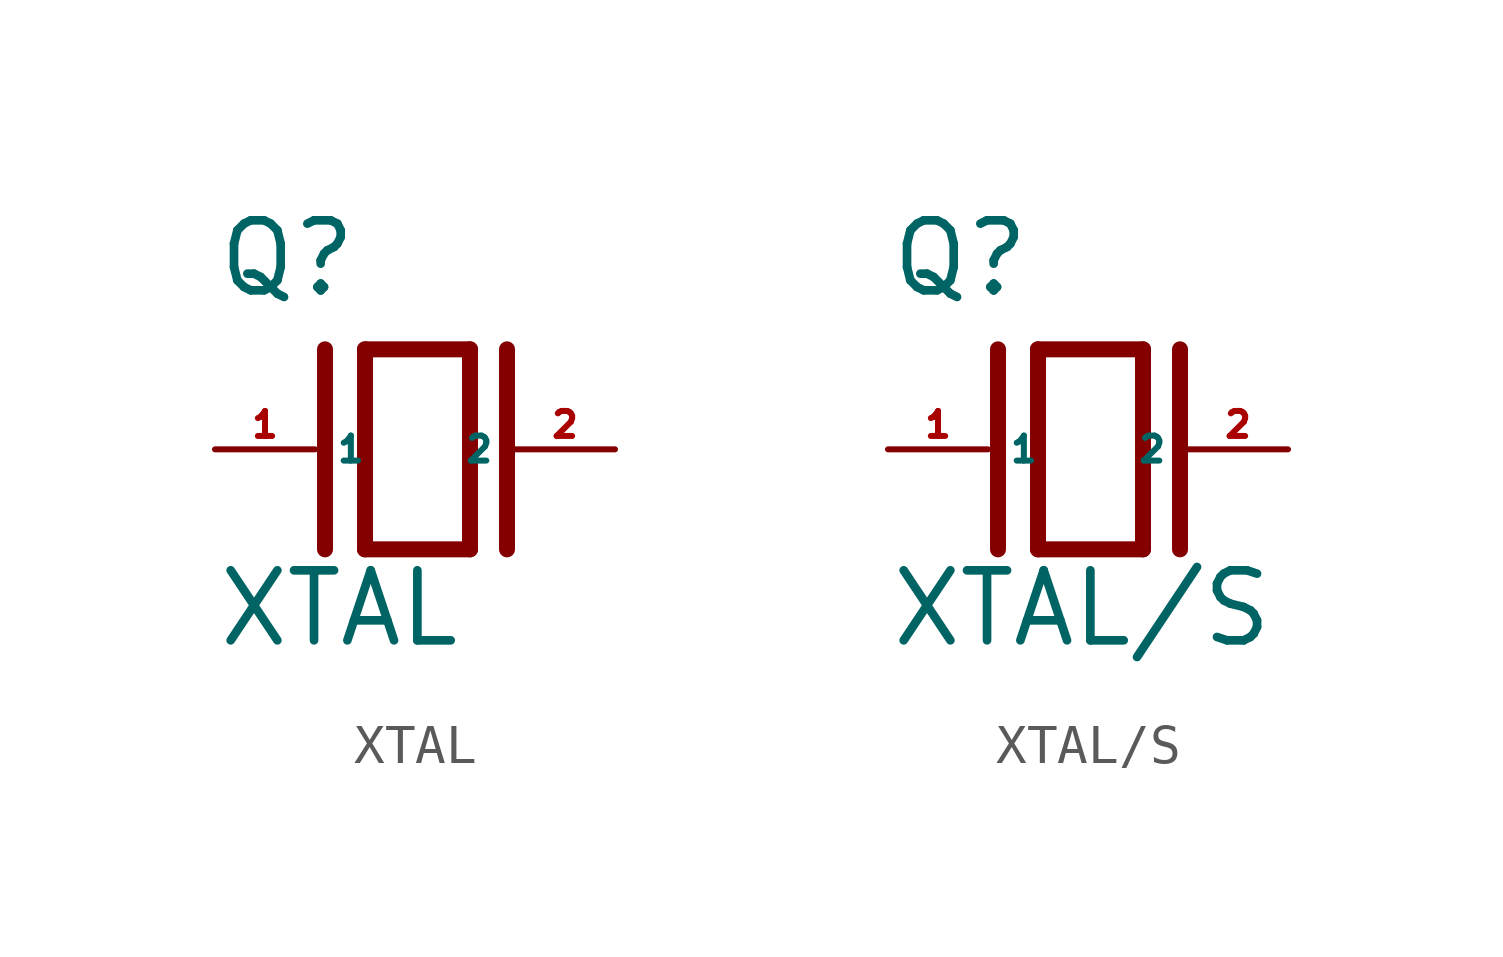
<source format=kicad_sym>
(kicad_symbol_lib
  (version 20220914)
  (generator Eagle2Kicad)
  (symbol "XTAL"
    (property "Reference" "Q"
      (at -5.08 3.81 0)
      (effects (font (size 1.778 1.778) (thickness 0.22)) (justify left bottom)))
    (property "Value" "XTAL"
      (at -5.08 -5.08 0)
      (effects (font (size 1.778 1.778) (thickness 0.22)) (justify left bottom)))
    (polyline
      (pts (xy -1.27 2.54) (xy 1.397 2.54))
      (stroke (width 0.406) (type default))
      (fill (type none)))
    (polyline
      (pts (xy 1.397 2.54) (xy 1.397 -2.54))
      (stroke (width 0.406) (type default))
      (fill (type none)))
    (polyline
      (pts (xy 1.397 -2.54) (xy -1.27 -2.54))
      (stroke (width 0.406) (type default))
      (fill (type none)))
    (polyline
      (pts (xy -1.27 2.54) (xy -1.27 -2.54))
      (stroke (width 0.406) (type default))
      (fill (type none)))
    (polyline
      (pts (xy 2.337 2.54) (xy 2.337 -2.54))
      (stroke (width 0.406) (type default))
      (fill (type none)))
    (polyline
      (pts (xy -2.286 2.54) (xy -2.286 -2.54))
      (stroke (width 0.406) (type default))
      (fill (type none)))
    (pin passive line
      (at 5.08 0 180)
      (length 2.54)
      (name "2" (effects (font (size 0.635 0.635) (thickness 0.08)) (justify left bottom)))
      (number "2" (effects (font (size 0.635 0.635) (thickness 0.08)) (justify left bottom))))
    (pin passive line
      (at -5.08 0 0)
      (length 2.54)
      (name "1" (effects (font (size 0.635 0.635) (thickness 0.08)) (justify left bottom)))
      (number "1" (effects (font (size 0.635 0.635) (thickness 0.08)) (justify left bottom)))))
  (symbol "XTAL/S"
    (property "Reference" "Q"
      (at -5.08 3.81 0)
      (effects (font (size 1.778 1.778) (thickness 0.22)) (justify left bottom)))
    (property "Value" "XTAL/S"
      (at -5.08 -5.08 0)
      (effects (font (size 1.778 1.778) (thickness 0.22)) (justify left bottom)))
    (polyline
      (pts (xy -1.27 2.54) (xy 1.397 2.54))
      (stroke (width 0.406) (type default))
      (fill (type none)))
    (polyline
      (pts (xy 1.397 2.54) (xy 1.397 -2.54))
      (stroke (width 0.406) (type default))
      (fill (type none)))
    (polyline
      (pts (xy 1.397 -2.54) (xy -1.27 -2.54))
      (stroke (width 0.406) (type default))
      (fill (type none)))
    (polyline
      (pts (xy -1.27 2.54) (xy -1.27 -2.54))
      (stroke (width 0.406) (type default))
      (fill (type none)))
    (polyline
      (pts (xy 2.337 2.54) (xy 2.337 -2.54))
      (stroke (width 0.406) (type default))
      (fill (type none)))
    (polyline
      (pts (xy -2.286 2.54) (xy -2.286 -2.54))
      (stroke (width 0.406) (type default))
      (fill (type none)))
    (pin passive line
      (at 5.08 0 180)
      (length 2.54)
      (name "2" (effects (font (size 0.635 0.635) (thickness 0.08)) (justify left bottom)))
      (number "2" (effects (font (size 0.635 0.635) (thickness 0.08)) (justify left bottom))))
    (pin passive line
      (at -5.08 0 0)
      (length 2.54)
      (name "1" (effects (font (size 0.635 0.635) (thickness 0.08)) (justify left bottom)))
      (number "1" (effects (font (size 0.635 0.635) (thickness 0.08)) (justify left bottom))))))
</source>
